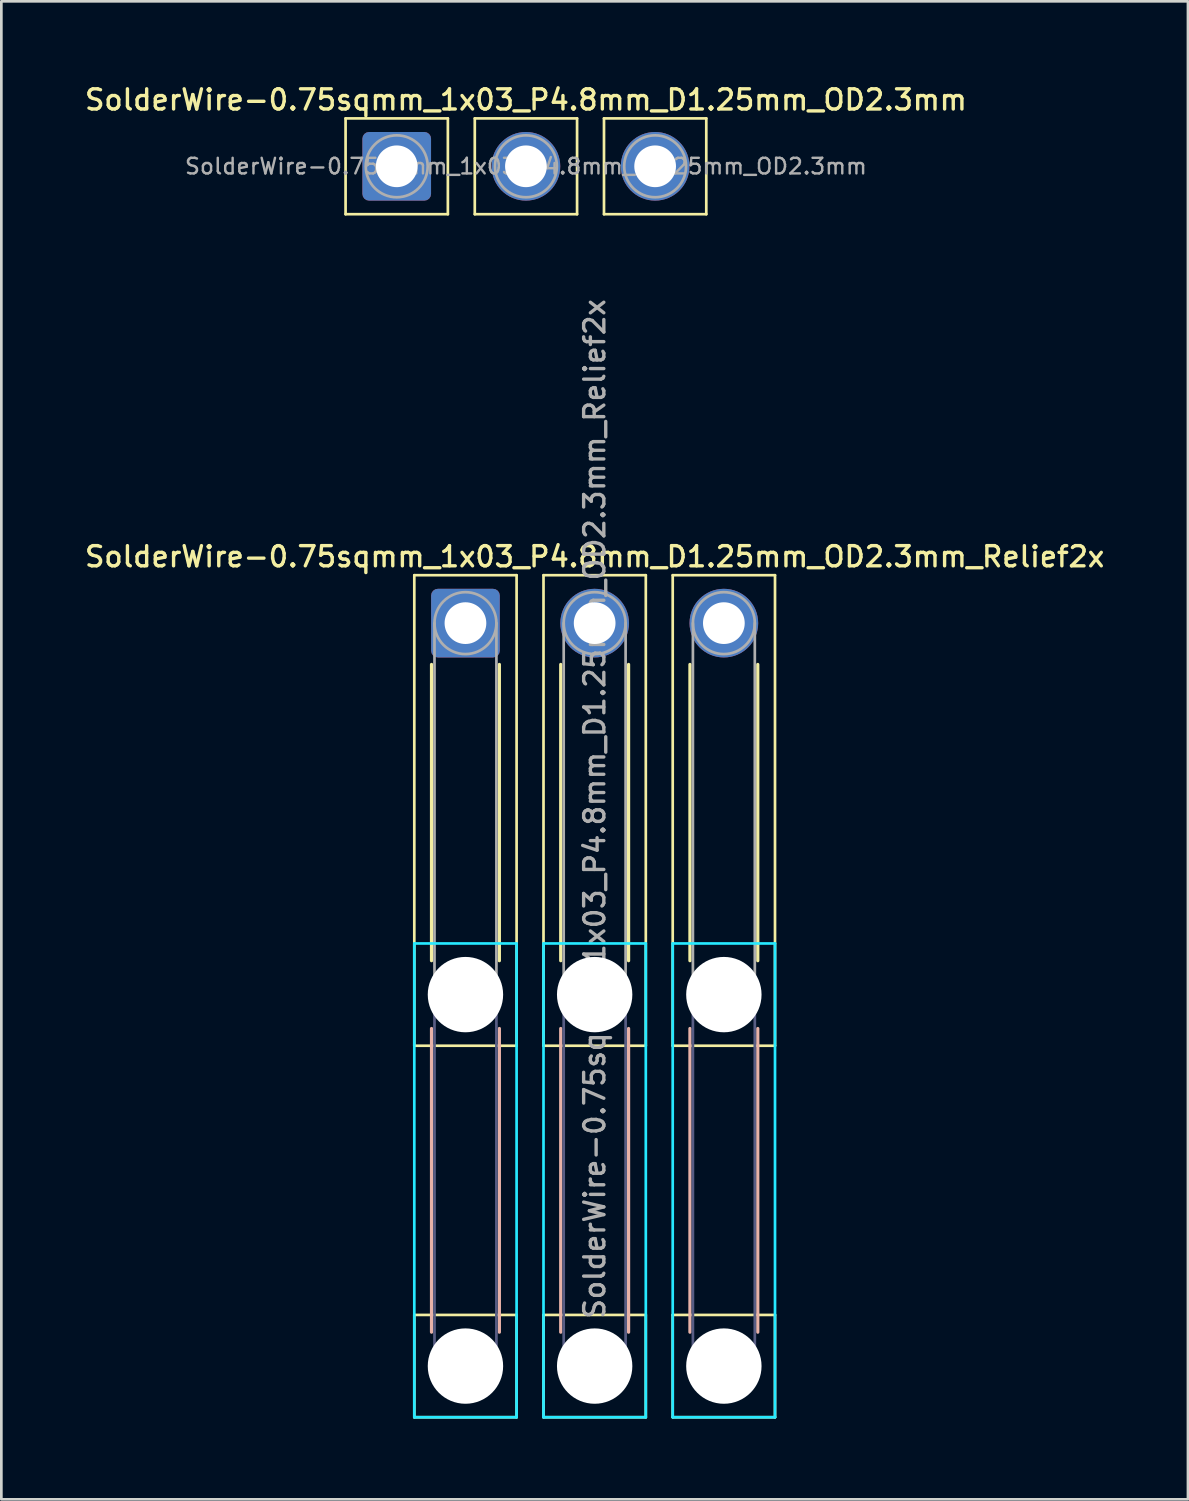
<source format=kicad_pcb>
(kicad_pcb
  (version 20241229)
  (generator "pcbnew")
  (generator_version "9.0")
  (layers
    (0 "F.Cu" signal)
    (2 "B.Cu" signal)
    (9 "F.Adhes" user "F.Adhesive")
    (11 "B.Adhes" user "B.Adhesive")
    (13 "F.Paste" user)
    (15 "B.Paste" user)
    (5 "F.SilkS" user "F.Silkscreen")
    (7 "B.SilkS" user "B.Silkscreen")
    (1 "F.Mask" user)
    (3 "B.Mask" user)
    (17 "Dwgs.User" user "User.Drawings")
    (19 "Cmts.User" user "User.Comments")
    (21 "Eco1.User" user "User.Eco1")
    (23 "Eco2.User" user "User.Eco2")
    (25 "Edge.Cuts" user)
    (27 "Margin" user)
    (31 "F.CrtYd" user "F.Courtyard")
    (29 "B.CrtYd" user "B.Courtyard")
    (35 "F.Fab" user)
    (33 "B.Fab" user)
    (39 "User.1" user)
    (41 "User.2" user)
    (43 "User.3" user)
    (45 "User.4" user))
  (footprint "SolderWire-0.75sqmm_1x03_P4.8mm_D1.25mm_OD2.3mm_Relief2x"
    (layer "F.Cu")
    (at 14.241 20.099)
    (property "Reference" "SolderWire-0.75sqmm_1x03_P4.8mm_D1.25mm_OD2.3mm_Relief2x" (at 4.8 -2.47 0) (layer "F.SilkS") (effects (font (size 0.75 0.75) (thickness 0.125))))
    (attr exclude_from_pos_files exclude_from_bom)
    (fp_line (start -1.9 -1.78) (end -1.9 15.7) (stroke (width 0.1) (type solid)) (layer "F.SilkS"))
    (fp_line (start -1.9 15.7) (end 1.9 15.7) (stroke (width 0.1) (type solid)) (layer "F.SilkS"))
    (fp_line (start -1.9 25.7) (end -1.9 29.5) (stroke (width 0.1) (type solid)) (layer "F.SilkS"))
    (fp_line (start -1.9 29.5) (end 1.9 29.5) (stroke (width 0.1) (type solid)) (layer "F.SilkS"))
    (fp_line (start -1.26 1.535) (end -1.26 12.54) (stroke (width 0.12) (type solid)) (layer "F.SilkS"))
    (fp_line (start 1.26 1.535) (end 1.26 12.54) (stroke (width 0.12) (type solid)) (layer "F.SilkS"))
    (fp_line (start 1.9 -1.78) (end -1.9 -1.78) (stroke (width 0.1) (type solid)) (layer "F.SilkS"))
    (fp_line (start 1.9 15.7) (end 1.9 -1.78) (stroke (width 0.1) (type solid)) (layer "F.SilkS"))
    (fp_line (start 1.9 25.7) (end -1.9 25.7) (stroke (width 0.1) (type solid)) (layer "F.SilkS"))
    (fp_line (start 1.9 29.5) (end 1.9 25.7) (stroke (width 0.1) (type solid)) (layer "F.SilkS"))
    (fp_line (start 2.9 -1.78) (end 2.9 15.7) (stroke (width 0.1) (type solid)) (layer "F.SilkS"))
    (fp_line (start 2.9 15.7) (end 6.7 15.7) (stroke (width 0.1) (type solid)) (layer "F.SilkS"))
    (fp_line (start 2.9 25.7) (end 2.9 29.5) (stroke (width 0.1) (type solid)) (layer "F.SilkS"))
    (fp_line (start 2.9 29.5) (end 6.7 29.5) (stroke (width 0.1) (type solid)) (layer "F.SilkS"))
    (fp_line (start 3.54 1.535) (end 3.54 12.54) (stroke (width 0.12) (type solid)) (layer "F.SilkS"))
    (fp_line (start 6.06 1.535) (end 6.06 12.54) (stroke (width 0.12) (type solid)) (layer "F.SilkS"))
    (fp_line (start 6.7 -1.78) (end 2.9 -1.78) (stroke (width 0.1) (type solid)) (layer "F.SilkS"))
    (fp_line (start 6.7 15.7) (end 6.7 -1.78) (stroke (width 0.1) (type solid)) (layer "F.SilkS"))
    (fp_line (start 6.7 25.7) (end 2.9 25.7) (stroke (width 0.1) (type solid)) (layer "F.SilkS"))
    (fp_line (start 6.7 29.5) (end 6.7 25.7) (stroke (width 0.1) (type solid)) (layer "F.SilkS"))
    (fp_line (start 7.7 -1.78) (end 7.7 15.7) (stroke (width 0.1) (type solid)) (layer "F.SilkS"))
    (fp_line (start 7.7 15.7) (end 11.5 15.7) (stroke (width 0.1) (type solid)) (layer "F.SilkS"))
    (fp_line (start 7.7 25.7) (end 7.7 29.5) (stroke (width 0.1) (type solid)) (layer "F.SilkS"))
    (fp_line (start 7.7 29.5) (end 11.5 29.5) (stroke (width 0.1) (type solid)) (layer "F.SilkS"))
    (fp_line (start 8.34 1.535) (end 8.34 12.54) (stroke (width 0.12) (type solid)) (layer "F.SilkS"))
    (fp_line (start 10.86 1.535) (end 10.86 12.54) (stroke (width 0.12) (type solid)) (layer "F.SilkS"))
    (fp_line (start 11.5 -1.78) (end 7.7 -1.78) (stroke (width 0.1) (type solid)) (layer "F.SilkS"))
    (fp_line (start 11.5 15.7) (end 11.5 -1.78) (stroke (width 0.1) (type solid)) (layer "F.SilkS"))
    (fp_line (start 11.5 25.7) (end 7.7 25.7) (stroke (width 0.1) (type solid)) (layer "F.SilkS"))
    (fp_line (start 11.5 29.5) (end 11.5 25.7) (stroke (width 0.1) (type solid)) (layer "F.SilkS"))
    (fp_line (start -1.26 15.06) (end -1.26 26.34) (stroke (width 0.12) (type solid)) (layer "B.SilkS"))
    (fp_line (start 1.26 15.06) (end 1.26 26.34) (stroke (width 0.12) (type solid)) (layer "B.SilkS"))
    (fp_line (start 3.54 15.06) (end 3.54 26.34) (stroke (width 0.12) (type solid)) (layer "B.SilkS"))
    (fp_line (start 6.06 15.06) (end 6.06 26.34) (stroke (width 0.12) (type solid)) (layer "B.SilkS"))
    (fp_line (start 8.34 15.06) (end 8.34 26.34) (stroke (width 0.12) (type solid)) (layer "B.SilkS"))
    (fp_line (start 10.86 15.06) (end 10.86 26.34) (stroke (width 0.12) (type solid)) (layer "B.SilkS"))
    (fp_line (start -1.9 11.9) (end -1.9 29.5) (stroke (width 0.1) (type solid)) (layer "B.CrtYd"))
    (fp_line (start -1.9 29.5) (end 1.9 29.5) (stroke (width 0.1) (type solid)) (layer "B.CrtYd"))
    (fp_line (start 1.9 11.9) (end -1.9 11.9) (stroke (width 0.1) (type solid)) (layer "B.CrtYd"))
    (fp_line (start 1.9 29.5) (end 1.9 11.9) (stroke (width 0.1) (type solid)) (layer "B.CrtYd"))
    (fp_line (start 2.9 11.9) (end 2.9 29.5) (stroke (width 0.1) (type solid)) (layer "B.CrtYd"))
    (fp_line (start 2.9 29.5) (end 6.7 29.5) (stroke (width 0.1) (type solid)) (layer "B.CrtYd"))
    (fp_line (start 6.7 11.9) (end 2.9 11.9) (stroke (width 0.1) (type solid)) (layer "B.CrtYd"))
    (fp_line (start 6.7 29.5) (end 6.7 11.9) (stroke (width 0.1) (type solid)) (layer "B.CrtYd"))
    (fp_line (start 7.7 11.9) (end 7.7 29.5) (stroke (width 0.1) (type solid)) (layer "B.CrtYd"))
    (fp_line (start 7.7 29.5) (end 11.5 29.5) (stroke (width 0.1) (type solid)) (layer "B.CrtYd"))
    (fp_line (start 11.5 11.9) (end 7.7 11.9) (stroke (width 0.1) (type solid)) (layer "B.CrtYd"))
    (fp_line (start 11.5 29.5) (end 11.5 11.9) (stroke (width 0.1) (type solid)) (layer "B.CrtYd"))
    (fp_line (start -1.15 13.8) (end -1.15 27.6) (stroke (width 0.1) (type solid)) (layer "B.Fab"))
    (fp_line (start 1.15 13.8) (end 1.15 27.6) (stroke (width 0.1) (type solid)) (layer "B.Fab"))
    (fp_line (start 3.65 13.8) (end 3.65 27.6) (stroke (width 0.1) (type solid)) (layer "B.Fab"))
    (fp_line (start 5.95 13.8) (end 5.95 27.6) (stroke (width 0.1) (type solid)) (layer "B.Fab"))
    (fp_line (start 8.45 13.8) (end 8.45 27.6) (stroke (width 0.1) (type solid)) (layer "B.Fab"))
    (fp_line (start 10.75 13.8) (end 10.75 27.6) (stroke (width 0.1) (type solid)) (layer "B.Fab"))
    (fp_circle (center 0 13.8) (end 1.15 13.8) (stroke (width 0.1) (type solid)) (fill no) (layer "B.Fab"))
    (fp_circle (center 0 27.6) (end 1.15 27.6) (stroke (width 0.1) (type solid)) (fill no) (layer "B.Fab"))
    (fp_circle (center 4.8 13.8) (end 5.95 13.8) (stroke (width 0.1) (type solid)) (fill no) (layer "B.Fab"))
    (fp_circle (center 4.8 27.6) (end 5.95 27.6) (stroke (width 0.1) (type solid)) (fill no) (layer "B.Fab"))
    (fp_circle (center 9.6 13.8) (end 10.75 13.8) (stroke (width 0.1) (type solid)) (fill no) (layer "B.Fab"))
    (fp_circle (center 9.6 27.6) (end 10.75 27.6) (stroke (width 0.1) (type solid)) (fill no) (layer "B.Fab"))
    (fp_line (start -1.15 0) (end -1.15 13.8) (stroke (width 0.1) (type solid)) (layer "F.Fab"))
    (fp_line (start 1.15 0) (end 1.15 13.8) (stroke (width 0.1) (type solid)) (layer "F.Fab"))
    (fp_line (start 3.65 0) (end 3.65 13.8) (stroke (width 0.1) (type solid)) (layer "F.Fab"))
    (fp_line (start 5.95 0) (end 5.95 13.8) (stroke (width 0.1) (type solid)) (layer "F.Fab"))
    (fp_line (start 8.45 0) (end 8.45 13.8) (stroke (width 0.1) (type solid)) (layer "F.Fab"))
    (fp_line (start 10.75 0) (end 10.75 13.8) (stroke (width 0.1) (type solid)) (layer "F.Fab"))
    (fp_circle (center 0 0) (end 1.15 0) (stroke (width 0.1) (type solid)) (fill no) (layer "F.Fab"))
    (fp_circle (center 0 13.8) (end 1.15 13.8) (stroke (width 0.1) (type solid)) (fill no) (layer "F.Fab"))
    (fp_circle (center 0 27.6) (end 1.15 27.6) (stroke (width 0.1) (type solid)) (fill no) (layer "F.Fab"))
    (fp_circle (center 4.8 0) (end 5.95 0) (stroke (width 0.1) (type solid)) (fill no) (layer "F.Fab"))
    (fp_circle (center 4.8 13.8) (end 5.95 13.8) (stroke (width 0.1) (type solid)) (fill no) (layer "F.Fab"))
    (fp_circle (center 4.8 27.6) (end 5.95 27.6) (stroke (width 0.1) (type solid)) (fill no) (layer "F.Fab"))
    (fp_circle (center 9.6 0) (end 10.75 0) (stroke (width 0.1) (type solid)) (fill no) (layer "F.Fab"))
    (fp_circle (center 9.6 13.8) (end 10.75 13.8) (stroke (width 0.1) (type solid)) (fill no) (layer "F.Fab"))
    (fp_circle (center 9.6 27.6) (end 10.75 27.6) (stroke (width 0.1) (type solid)) (fill no) (layer "F.Fab"))
    (fp_text user "${REFERENCE}" (at 4.8 6.9 90) (layer "F.Fab") (effects (font (size 0.75 0.75) (thickness 0.125))))
    (pad "" np_thru_hole circle (at 0 13.8) (size 2.8 2.8) (drill 2.8) (layers "*.Cu" "*.Mask"))
    (pad "" np_thru_hole circle (at 0 27.6) (size 2.8 2.8) (drill 2.8) (layers "*.Cu" "*.Mask"))
    (pad "" np_thru_hole circle (at 4.8 13.8) (size 2.8 2.8) (drill 2.8) (layers "*.Cu" "*.Mask"))
    (pad "" np_thru_hole circle (at 4.8 27.6) (size 2.8 2.8) (drill 2.8) (layers "*.Cu" "*.Mask"))
    (pad "" np_thru_hole circle (at 9.6 13.8) (size 2.8 2.8) (drill 2.8) (layers "*.Cu" "*.Mask"))
    (pad "" np_thru_hole circle (at 9.6 27.6) (size 2.8 2.8) (drill 2.8) (layers "*.Cu" "*.Mask"))
    (pad "1" thru_hole roundrect (at 0 0) (size 2.55 2.55) (drill 1.55) (layers "*.Cu" "*.Mask") (roundrect_rratio 0.098))
    (pad "2" thru_hole circle (at 4.8 0) (size 2.55 2.55) (drill 1.55) (layers "*.Cu" "*.Mask"))
    (pad "3" thru_hole circle (at 9.6 0) (size 2.55 2.55) (drill 1.55) (layers "*.Cu" "*.Mask")))
  (footprint "SolderWire-0.75sqmm_1x03_P4.8mm_D1.25mm_OD2.3mm"
    (layer "F.Cu")
    (at 11.688 3.128)
    (property "Reference" "SolderWire-0.75sqmm_1x03_P4.8mm_D1.25mm_OD2.3mm" (at 4.8 -2.47 0) (layer "F.SilkS") (effects (font (size 0.75 0.75) (thickness 0.125))))
    (attr exclude_from_pos_files exclude_from_bom)
    (fp_line (start -1.9 -1.78) (end -1.9 1.78) (stroke (width 0.1) (type solid)) (layer "F.SilkS"))
    (fp_line (start -1.9 1.78) (end 1.9 1.78) (stroke (width 0.1) (type solid)) (layer "F.SilkS"))
    (fp_line (start 1.9 -1.78) (end -1.9 -1.78) (stroke (width 0.1) (type solid)) (layer "F.SilkS"))
    (fp_line (start 1.9 1.78) (end 1.9 -1.78) (stroke (width 0.1) (type solid)) (layer "F.SilkS"))
    (fp_line (start 2.9 -1.78) (end 2.9 1.78) (stroke (width 0.1) (type solid)) (layer "F.SilkS"))
    (fp_line (start 2.9 1.78) (end 6.7 1.78) (stroke (width 0.1) (type solid)) (layer "F.SilkS"))
    (fp_line (start 6.7 -1.78) (end 2.9 -1.78) (stroke (width 0.1) (type solid)) (layer "F.SilkS"))
    (fp_line (start 6.7 1.78) (end 6.7 -1.78) (stroke (width 0.1) (type solid)) (layer "F.SilkS"))
    (fp_line (start 7.7 -1.78) (end 7.7 1.78) (stroke (width 0.1) (type solid)) (layer "F.SilkS"))
    (fp_line (start 7.7 1.78) (end 11.5 1.78) (stroke (width 0.1) (type solid)) (layer "F.SilkS"))
    (fp_line (start 11.5 -1.78) (end 7.7 -1.78) (stroke (width 0.1) (type solid)) (layer "F.SilkS"))
    (fp_line (start 11.5 1.78) (end 11.5 -1.78) (stroke (width 0.1) (type solid)) (layer "F.SilkS"))
    (fp_circle (center 0 0) (end 1.15 0) (stroke (width 0.1) (type solid)) (fill no) (layer "F.Fab"))
    (fp_circle (center 4.8 0) (end 5.95 0) (stroke (width 0.1) (type solid)) (fill no) (layer "F.Fab"))
    (fp_circle (center 9.6 0) (end 10.75 0) (stroke (width 0.1) (type solid)) (fill no) (layer "F.Fab"))
    (fp_text user "${REFERENCE}" (at 4.8 0 0) (layer "F.Fab") (effects (font (size 0.58 0.58) (thickness 0.09))))
    (pad "1" thru_hole roundrect (at 0 0) (size 2.55 2.55) (drill 1.55) (layers "*.Cu" "*.Mask") (roundrect_rratio 0.098))
    (pad "2" thru_hole circle (at 4.8 0) (size 2.55 2.55) (drill 1.55) (layers "*.Cu" "*.Mask"))
    (pad "3" thru_hole circle (at 9.6 0) (size 2.55 2.55) (drill 1.55) (layers "*.Cu" "*.Mask")))
  (gr_rect
    (start -3 -3)
    (end 41.082 52.649)
    (stroke (width 0.1) (type default))
    (fill no)
    (layer "Edge.Cuts")))
</source>
